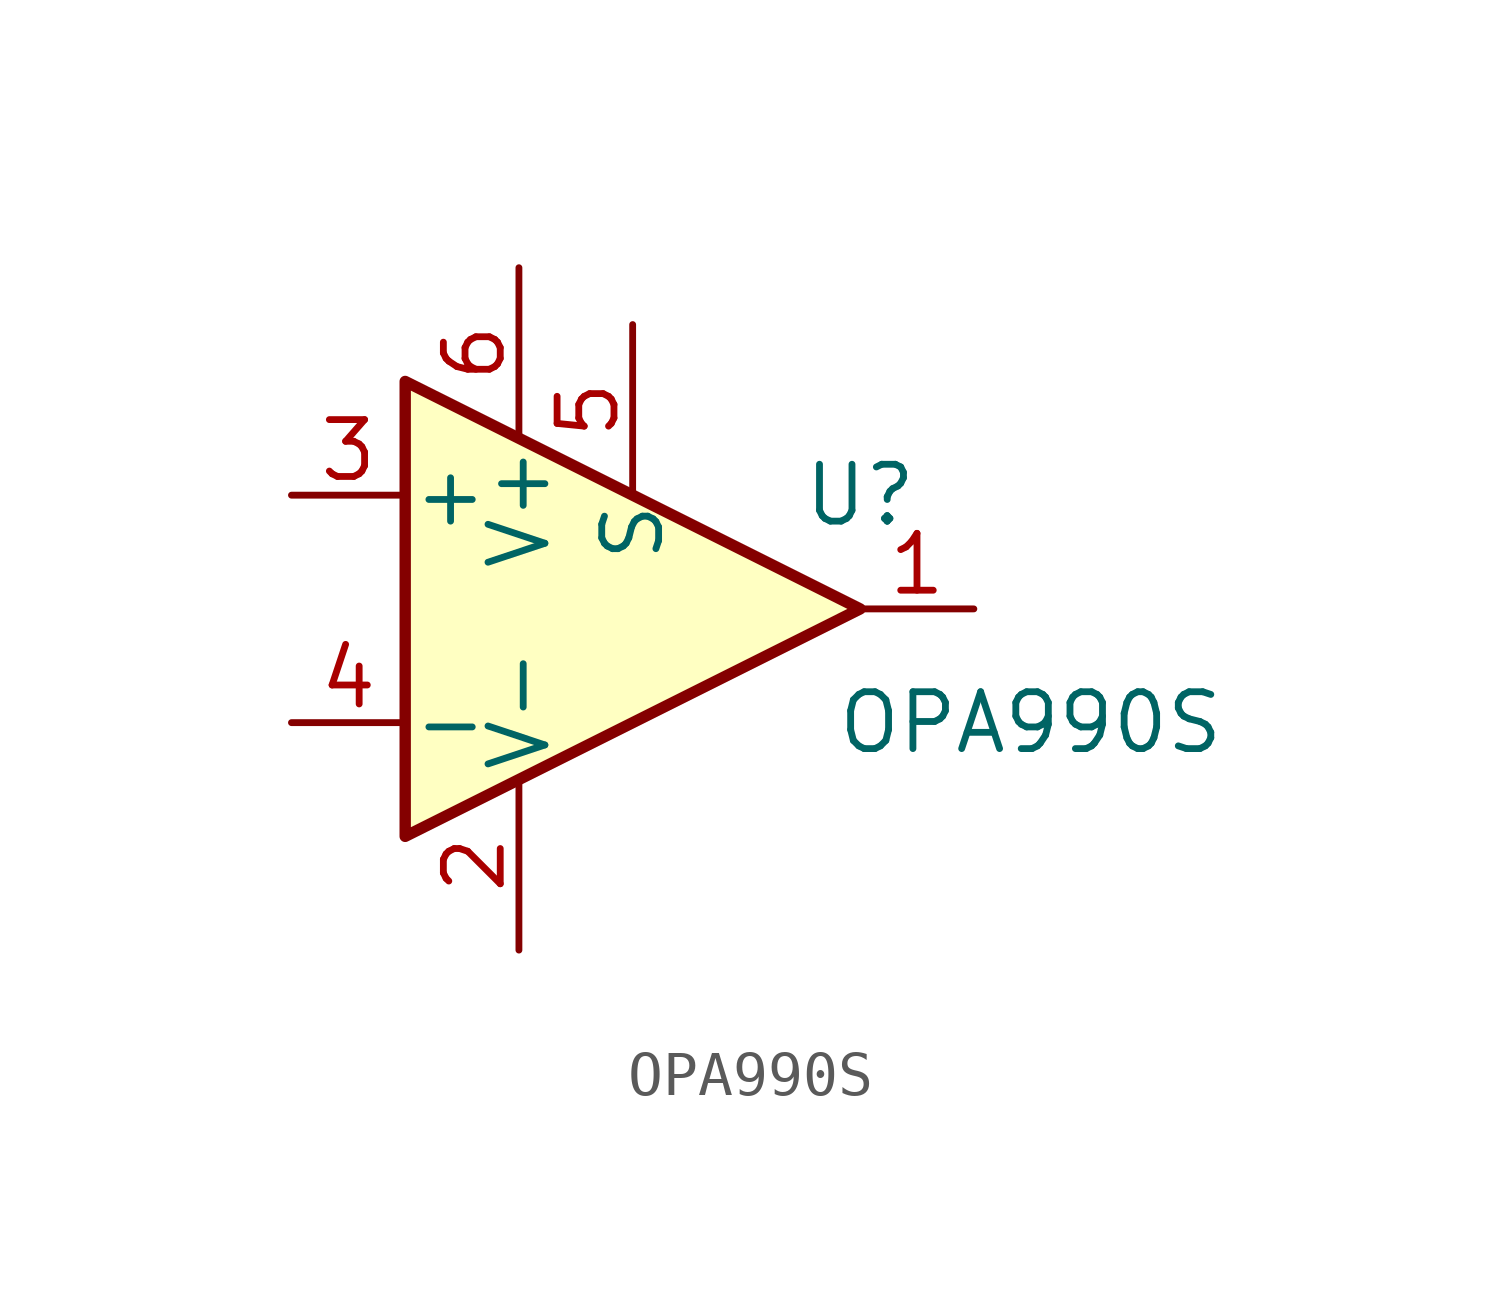
<source format=kicad_sym>
(kicad_symbol_lib
  (version 20220914)
  (generator kicad_symbol_editor)
  (symbol "OPA990S"
    (pin_names
      (offset 0.127))
    (property "Reference" "U"
      (at 7.62 2.54 0)
      (effects (font (size 1.27 1.27))))
    (property "Value" "OPA990S"
      (at 11.43 -2.54 0)
      (effects (font (size 1.27 1.27))))
    (symbol "OPA990S_0_1"
      (polyline (pts (xy -2.54 5.08) (xy -2.54 -5.08) (xy 7.62 0) (xy -2.54 5.08)) (stroke (width 0.254) (type default)) (fill (type background))))
    (symbol "OPA990S_1_1"
      (pin output line (at 10.16 0 180) (length 2.54) (name "~" (effects (font (size 1.27 1.27)))) (number "1" (effects (font (size 1.27 1.27)))))
      (pin power_in line (at 0 -7.62 90) (length 3.81) (name "V-" (effects (font (size 1.27 1.27)))) (number "2" (effects (font (size 1.27 1.27)))))
      (pin input line (at -5.08 2.54 0) (length 2.54) (name "+" (effects (font (size 1.27 1.27)))) (number "3" (effects (font (size 1.27 1.27)))))
      (pin input line (at -5.08 -2.54 0) (length 2.54) (name "-" (effects (font (size 1.27 1.27)))) (number "4" (effects (font (size 1.27 1.27)))))
      (pin input line (at 2.54 6.35 270) (length 3.81) (name "S" (effects (font (size 1.27 1.27)))) (number "5" (effects (font (size 1.27 1.27)))))
      (pin power_in line (at 0 7.62 270) (length 3.81) (name "V+" (effects (font (size 1.27 1.27)))) (number "6" (effects (font (size 1.27 1.27))))))))
</source>
